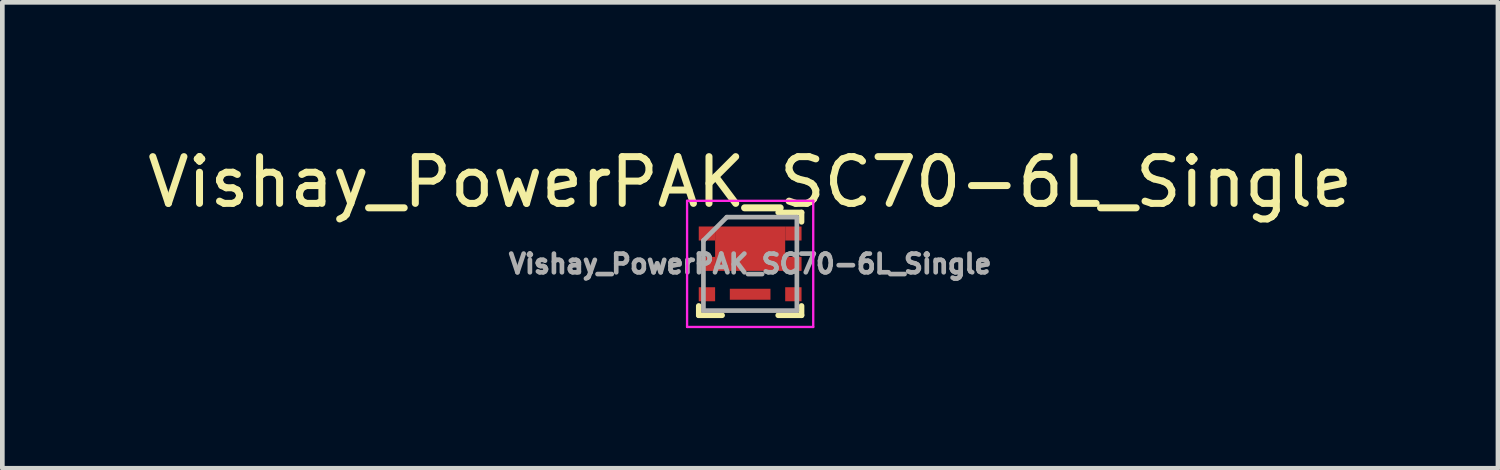
<source format=kicad_pcb>
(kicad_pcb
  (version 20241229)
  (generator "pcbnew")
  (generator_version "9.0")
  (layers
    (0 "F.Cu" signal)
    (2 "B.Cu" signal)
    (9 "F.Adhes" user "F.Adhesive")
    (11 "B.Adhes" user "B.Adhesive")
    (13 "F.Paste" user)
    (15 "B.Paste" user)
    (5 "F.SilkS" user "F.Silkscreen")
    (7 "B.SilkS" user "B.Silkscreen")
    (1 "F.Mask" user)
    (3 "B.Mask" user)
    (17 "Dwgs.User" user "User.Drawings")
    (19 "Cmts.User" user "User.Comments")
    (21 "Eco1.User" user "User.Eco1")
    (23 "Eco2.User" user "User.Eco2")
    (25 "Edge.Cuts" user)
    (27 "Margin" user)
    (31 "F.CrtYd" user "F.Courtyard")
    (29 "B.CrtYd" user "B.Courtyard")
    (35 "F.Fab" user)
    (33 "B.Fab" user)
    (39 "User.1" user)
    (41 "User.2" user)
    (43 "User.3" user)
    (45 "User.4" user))
  (footprint "Vishay_PowerPAK_SC70-6L_Single"
    (layer "F.Cu")
    (at 13.006 2.598)
    (property "Reference" "Vishay_PowerPAK_SC70-6L_Single" (at 0 -1.75 0) (layer "F.SilkS") (effects (font (size 1 1) (thickness 0.15))))
    (attr smd)
    (fp_line (start -1.1 1.1) (end -1.1 0.9) (stroke (width 0.12) (type solid)) (layer "F.SilkS"))
    (fp_line (start -0.6 1.1) (end -1.1 1.1) (stroke (width 0.12) (type solid)) (layer "F.SilkS"))
    (fp_line (start 0.6 -1.1) (end 1.1 -1.1) (stroke (width 0.12) (type solid)) (layer "F.SilkS"))
    (fp_line (start 1.1 -1.1) (end 1.1 -0.9) (stroke (width 0.12) (type solid)) (layer "F.SilkS"))
    (fp_line (start 1.1 0.9) (end 1.1 1.1) (stroke (width 0.12) (type solid)) (layer "F.SilkS"))
    (fp_line (start 1.1 1.1) (end 0.6 1.1) (stroke (width 0.12) (type solid)) (layer "F.SilkS"))
    (fp_line (start -1.35 -1.35) (end 1.35 -1.35) (stroke (width 0.05) (type solid)) (layer "F.CrtYd"))
    (fp_line (start -1.35 1.35) (end -1.35 -1.35) (stroke (width 0.05) (type solid)) (layer "F.CrtYd"))
    (fp_line (start 1.35 -1.35) (end 1.35 1.35) (stroke (width 0.05) (type solid)) (layer "F.CrtYd"))
    (fp_line (start 1.35 1.35) (end -1.35 1.35) (stroke (width 0.05) (type solid)) (layer "F.CrtYd"))
    (fp_line (start -1 -0.5) (end -0.5 -1) (stroke (width 0.1) (type solid)) (layer "F.Fab"))
    (fp_line (start -1 1) (end -1 -0.5) (stroke (width 0.1) (type solid)) (layer "F.Fab"))
    (fp_line (start -0.5 -1) (end 1 -1) (stroke (width 0.1) (type solid)) (layer "F.Fab"))
    (fp_line (start 1 -1) (end 1 1) (stroke (width 0.1) (type solid)) (layer "F.Fab"))
    (fp_line (start 1 1) (end -1 1) (stroke (width 0.1) (type solid)) (layer "F.Fab"))
    (fp_text user "${REFERENCE}" (at 0 0 0) (layer "F.Fab") (effects (font (size 0.4 0.4) (thickness 0.1))))
    (pad "" smd rect (at -0.35 -0.325) (size 0.6 0.8) (layers "F.Cu" "F.Paste"))
    (pad "" smd rect (at 0.35 -0.325) (size 0.6 0.8) (layers "F.Cu" "F.Paste"))
    (pad "1" smd rect (at -0.925 -0.65) (size 0.35 0.3) (layers "F.Cu" "F.Mask" "F.Paste"))
    (pad "1" smd rect (at -0.925 0) (size 0.35 0.3) (layers "F.Cu" "F.Mask" "F.Paste"))
    (pad "1" smd rect (at 0 -0.325) (size 1.5 0.95) (layers "F.Cu" "F.Mask"))
    (pad "1" smd rect (at 0.925 -0.65) (size 0.35 0.3) (layers "F.Cu" "F.Mask" "F.Paste"))
    (pad "1" smd rect (at 0.925 0) (size 0.35 0.3) (layers "F.Cu" "F.Mask" "F.Paste"))
    (pad "3" smd rect (at -0.925 0.65) (size 0.35 0.3) (layers "F.Cu" "F.Mask" "F.Paste"))
    (pad "4" smd rect (at 0 0.65) (size 0.87 0.235) (layers "F.Cu" "F.Mask" "F.Paste"))
    (pad "4" smd rect (at 0.925 0.65) (size 0.35 0.3) (layers "F.Cu" "F.Mask" "F.Paste")))
  (gr_rect
    (start -3 -3)
    (end 29.012 6.973)
    (stroke (width 0.1) (type default))
    (fill no)
    (layer "Edge.Cuts")))
</source>
